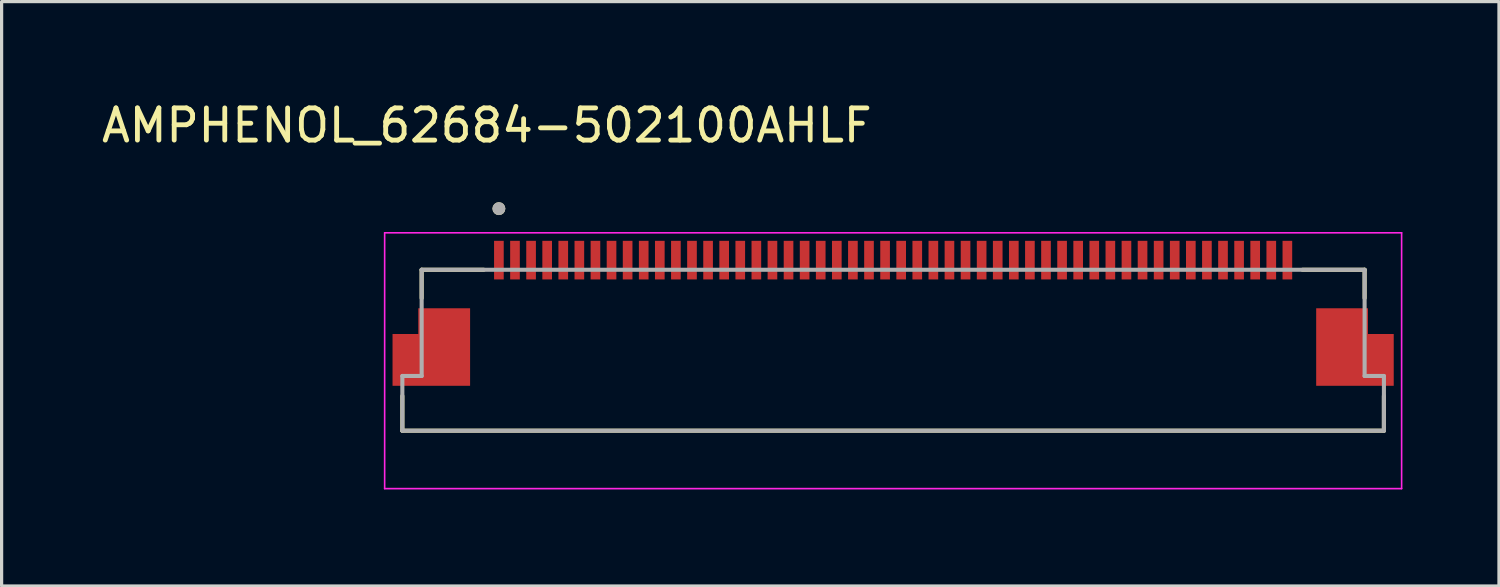
<source format=kicad_pcb>
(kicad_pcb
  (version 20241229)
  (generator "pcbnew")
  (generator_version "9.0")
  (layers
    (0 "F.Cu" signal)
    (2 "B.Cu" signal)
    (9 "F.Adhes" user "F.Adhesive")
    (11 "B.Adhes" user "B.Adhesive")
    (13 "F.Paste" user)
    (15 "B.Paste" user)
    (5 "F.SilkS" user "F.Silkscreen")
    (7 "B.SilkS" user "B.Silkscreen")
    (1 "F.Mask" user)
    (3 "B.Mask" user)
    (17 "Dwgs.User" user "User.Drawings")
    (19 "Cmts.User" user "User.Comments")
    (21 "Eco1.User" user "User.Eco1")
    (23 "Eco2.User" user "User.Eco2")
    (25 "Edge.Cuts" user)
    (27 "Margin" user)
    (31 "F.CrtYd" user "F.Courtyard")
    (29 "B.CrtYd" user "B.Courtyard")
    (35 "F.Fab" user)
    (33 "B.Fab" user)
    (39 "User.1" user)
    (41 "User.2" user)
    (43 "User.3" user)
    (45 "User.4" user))
  (footprint "AMPHENOL_62684-502100AHLF"
    (layer "F.Cu")
    (at 24.702 7.833)
    (property "Reference" "AMPHENOL_62684-502100AHLF" (at -12.625 -6.985 0) (layer "F.SilkS") (effects (font (size 1 1) (thickness 0.15))))
    (attr smd)
    (fp_poly (pts (xy -15.65 1.2) (xy -15.65 -0.6) (xy -14.85 -0.6) (xy -14.85 -1.4) (xy -13.05 -1.4) (xy -13.05 1.2)) (stroke (width 0.01) (type solid)) (fill yes) (layer "F.Mask"))
    (fp_poly (pts (xy 15.65 1.2) (xy 15.65 -0.6) (xy 14.85 -0.6) (xy 14.85 -1.4) (xy 13.05 -1.4) (xy 13.05 1.2)) (stroke (width 0.01) (type solid)) (fill yes) (layer "F.Mask"))
    (fp_line (start -15.25 2.5) (end -15.25 1.42) (stroke (width 0.127) (type solid)) (layer "F.SilkS"))
    (fp_line (start -14.65 -2.5) (end -12.72 -2.5) (stroke (width 0.127) (type solid)) (layer "F.SilkS"))
    (fp_line (start -14.65 -1.62) (end -14.65 -2.5) (stroke (width 0.127) (type solid)) (layer "F.SilkS"))
    (fp_line (start 12.72 -2.5) (end 14.65 -2.5) (stroke (width 0.127) (type solid)) (layer "F.SilkS"))
    (fp_line (start 14.65 -2.5) (end 14.65 -1.62) (stroke (width 0.127) (type solid)) (layer "F.SilkS"))
    (fp_line (start 15.25 2.5) (end -15.25 2.5) (stroke (width 0.127) (type solid)) (layer "F.SilkS"))
    (fp_line (start 15.25 2.5) (end 15.25 1.42) (stroke (width 0.127) (type solid)) (layer "F.SilkS"))
    (fp_circle (center -12.25 -4.4) (end -12.15 -4.4) (stroke (width 0.2) (type solid)) (fill no) (layer "F.SilkS"))
    (fp_poly (pts (xy -15.55 1.1) (xy -15.55 -0.5) (xy -14.75 -0.5) (xy -14.75 -1.3) (xy -13.15 -1.3) (xy -13.15 1.1)) (stroke (width 0.01) (type solid)) (fill yes) (layer "F.Paste"))
    (fp_poly (pts (xy 15.55 1.1) (xy 15.55 -0.5) (xy 14.75 -0.5) (xy 14.75 -1.3) (xy 13.15 -1.3) (xy 13.15 1.1)) (stroke (width 0.01) (type solid)) (fill yes) (layer "F.Paste"))
    (fp_line (start -15.8 -3.65) (end -15.8 4.3) (stroke (width 0.05) (type solid)) (layer "F.CrtYd"))
    (fp_line (start -15.8 4.3) (end 15.8 4.3) (stroke (width 0.05) (type solid)) (layer "F.CrtYd"))
    (fp_line (start 15.8 -3.65) (end -15.8 -3.65) (stroke (width 0.05) (type solid)) (layer "F.CrtYd"))
    (fp_line (start 15.8 4.3) (end 15.8 -3.65) (stroke (width 0.05) (type solid)) (layer "F.CrtYd"))
    (fp_line (start -15.25 0.8) (end -14.65 0.8) (stroke (width 0.127) (type solid)) (layer "F.Fab"))
    (fp_line (start -15.25 2.5) (end -15.25 0.8) (stroke (width 0.127) (type solid)) (layer "F.Fab"))
    (fp_line (start -14.65 -2.5) (end 14.65 -2.5) (stroke (width 0.127) (type solid)) (layer "F.Fab"))
    (fp_line (start -14.65 0.8) (end -14.65 -2.5) (stroke (width 0.127) (type solid)) (layer "F.Fab"))
    (fp_line (start 14.65 -2.5) (end 14.65 0.8) (stroke (width 0.127) (type solid)) (layer "F.Fab"))
    (fp_line (start 14.65 0.8) (end 15.25 0.8) (stroke (width 0.127) (type solid)) (layer "F.Fab"))
    (fp_line (start 15.25 0.8) (end 15.25 2.5) (stroke (width 0.127) (type solid)) (layer "F.Fab"))
    (fp_line (start 15.25 2.5) (end -15.25 2.5) (stroke (width 0.127) (type solid)) (layer "F.Fab"))
    (fp_circle (center -12.25 -4.4) (end -12.15 -4.4) (stroke (width 0.2) (type solid)) (fill no) (layer "F.Fab"))
    (pad "1" smd rect (at -12.25 -2.8) (size 0.3 1.2) (layers "F.Cu" "F.Mask" "F.Paste"))
    (pad "2" smd rect (at -11.75 -2.8) (size 0.3 1.2) (layers "F.Cu" "F.Mask" "F.Paste"))
    (pad "3" smd rect (at -11.25 -2.8) (size 0.3 1.2) (layers "F.Cu" "F.Mask" "F.Paste"))
    (pad "4" smd rect (at -10.75 -2.8) (size 0.3 1.2) (layers "F.Cu" "F.Mask" "F.Paste"))
    (pad "5" smd rect (at -10.25 -2.8) (size 0.3 1.2) (layers "F.Cu" "F.Mask" "F.Paste"))
    (pad "6" smd rect (at -9.75 -2.8) (size 0.3 1.2) (layers "F.Cu" "F.Mask" "F.Paste"))
    (pad "7" smd rect (at -9.25 -2.8) (size 0.3 1.2) (layers "F.Cu" "F.Mask" "F.Paste"))
    (pad "8" smd rect (at -8.75 -2.8) (size 0.3 1.2) (layers "F.Cu" "F.Mask" "F.Paste"))
    (pad "9" smd rect (at -8.25 -2.8) (size 0.3 1.2) (layers "F.Cu" "F.Mask" "F.Paste"))
    (pad "10" smd rect (at -7.75 -2.8) (size 0.3 1.2) (layers "F.Cu" "F.Mask" "F.Paste"))
    (pad "11" smd rect (at -7.25 -2.8) (size 0.3 1.2) (layers "F.Cu" "F.Mask" "F.Paste"))
    (pad "12" smd rect (at -6.75 -2.8) (size 0.3 1.2) (layers "F.Cu" "F.Mask" "F.Paste"))
    (pad "13" smd rect (at -6.25 -2.8) (size 0.3 1.2) (layers "F.Cu" "F.Mask" "F.Paste"))
    (pad "14" smd rect (at -5.75 -2.8) (size 0.3 1.2) (layers "F.Cu" "F.Mask" "F.Paste"))
    (pad "15" smd rect (at -5.25 -2.8) (size 0.3 1.2) (layers "F.Cu" "F.Mask" "F.Paste"))
    (pad "16" smd rect (at -4.75 -2.8) (size 0.3 1.2) (layers "F.Cu" "F.Mask" "F.Paste"))
    (pad "17" smd rect (at -4.25 -2.8) (size 0.3 1.2) (layers "F.Cu" "F.Mask" "F.Paste"))
    (pad "18" smd rect (at -3.75 -2.8) (size 0.3 1.2) (layers "F.Cu" "F.Mask" "F.Paste"))
    (pad "19" smd rect (at -3.25 -2.8) (size 0.3 1.2) (layers "F.Cu" "F.Mask" "F.Paste"))
    (pad "20" smd rect (at -2.75 -2.8) (size 0.3 1.2) (layers "F.Cu" "F.Mask" "F.Paste"))
    (pad "21" smd rect (at -2.25 -2.8) (size 0.3 1.2) (layers "F.Cu" "F.Mask" "F.Paste"))
    (pad "22" smd rect (at -1.75 -2.8) (size 0.3 1.2) (layers "F.Cu" "F.Mask" "F.Paste"))
    (pad "23" smd rect (at -1.25 -2.8) (size 0.3 1.2) (layers "F.Cu" "F.Mask" "F.Paste"))
    (pad "24" smd rect (at -0.75 -2.8) (size 0.3 1.2) (layers "F.Cu" "F.Mask" "F.Paste"))
    (pad "25" smd rect (at -0.25 -2.8) (size 0.3 1.2) (layers "F.Cu" "F.Mask" "F.Paste"))
    (pad "26" smd rect (at 0.25 -2.8) (size 0.3 1.2) (layers "F.Cu" "F.Mask" "F.Paste"))
    (pad "27" smd rect (at 0.75 -2.8) (size 0.3 1.2) (layers "F.Cu" "F.Mask" "F.Paste"))
    (pad "28" smd rect (at 1.25 -2.8) (size 0.3 1.2) (layers "F.Cu" "F.Mask" "F.Paste"))
    (pad "29" smd rect (at 1.75 -2.8) (size 0.3 1.2) (layers "F.Cu" "F.Mask" "F.Paste"))
    (pad "30" smd rect (at 2.25 -2.8) (size 0.3 1.2) (layers "F.Cu" "F.Mask" "F.Paste"))
    (pad "31" smd rect (at 2.75 -2.8) (size 0.3 1.2) (layers "F.Cu" "F.Mask" "F.Paste"))
    (pad "32" smd rect (at 3.25 -2.8) (size 0.3 1.2) (layers "F.Cu" "F.Mask" "F.Paste"))
    (pad "33" smd rect (at 3.75 -2.8) (size 0.3 1.2) (layers "F.Cu" "F.Mask" "F.Paste"))
    (pad "34" smd rect (at 4.25 -2.8) (size 0.3 1.2) (layers "F.Cu" "F.Mask" "F.Paste"))
    (pad "35" smd rect (at 4.75 -2.8) (size 0.3 1.2) (layers "F.Cu" "F.Mask" "F.Paste"))
    (pad "36" smd rect (at 5.25 -2.8) (size 0.3 1.2) (layers "F.Cu" "F.Mask" "F.Paste"))
    (pad "37" smd rect (at 5.75 -2.8) (size 0.3 1.2) (layers "F.Cu" "F.Mask" "F.Paste"))
    (pad "38" smd rect (at 6.25 -2.8) (size 0.3 1.2) (layers "F.Cu" "F.Mask" "F.Paste"))
    (pad "39" smd rect (at 6.75 -2.8) (size 0.3 1.2) (layers "F.Cu" "F.Mask" "F.Paste"))
    (pad "40" smd rect (at 7.25 -2.8) (size 0.3 1.2) (layers "F.Cu" "F.Mask" "F.Paste"))
    (pad "41" smd rect (at 7.75 -2.8) (size 0.3 1.2) (layers "F.Cu" "F.Mask" "F.Paste"))
    (pad "42" smd rect (at 8.25 -2.8) (size 0.3 1.2) (layers "F.Cu" "F.Mask" "F.Paste"))
    (pad "43" smd rect (at 8.75 -2.8) (size 0.3 1.2) (layers "F.Cu" "F.Mask" "F.Paste"))
    (pad "44" smd rect (at 9.25 -2.8) (size 0.3 1.2) (layers "F.Cu" "F.Mask" "F.Paste"))
    (pad "45" smd rect (at 9.75 -2.8) (size 0.3 1.2) (layers "F.Cu" "F.Mask" "F.Paste"))
    (pad "46" smd rect (at 10.25 -2.8) (size 0.3 1.2) (layers "F.Cu" "F.Mask" "F.Paste"))
    (pad "47" smd rect (at 10.75 -2.8) (size 0.3 1.2) (layers "F.Cu" "F.Mask" "F.Paste"))
    (pad "48" smd rect (at 11.25 -2.8) (size 0.3 1.2) (layers "F.Cu" "F.Mask" "F.Paste"))
    (pad "49" smd rect (at 11.75 -2.8) (size 0.3 1.2) (layers "F.Cu" "F.Mask" "F.Paste"))
    (pad "50" smd rect (at 12.25 -2.8) (size 0.3 1.2) (layers "F.Cu" "F.Mask" "F.Paste"))
    (pad "SH" smd custom (at -14 -0.2) (size 0.8 1.2) (layers "F.Cu") (options (anchor rect)) (primitives (gr_poly (pts (xy -1.55 1.3) (xy -1.55 -0.3) (xy -0.75 -0.3) (xy -0.75 -1.1) (xy 0.85 -1.1) (xy 0.85 1.3)) (width 0.01) (fill yes))))
    (pad "SH" smd custom (at 14 -0.2) (size 0.8 1.2) (layers "F.Cu") (options (anchor rect)) (primitives (gr_poly (pts (xy 1.55 1.3) (xy 1.55 -0.3) (xy 0.75 -0.3) (xy 0.75 -1.1) (xy -0.85 -1.1) (xy -0.85 1.3)) (width 0.01) (fill yes)))))
  (gr_rect
    (start -3 -3)
    (end 43.527 15.158)
    (stroke (width 0.1) (type default))
    (fill no)
    (layer "Edge.Cuts")))
</source>
